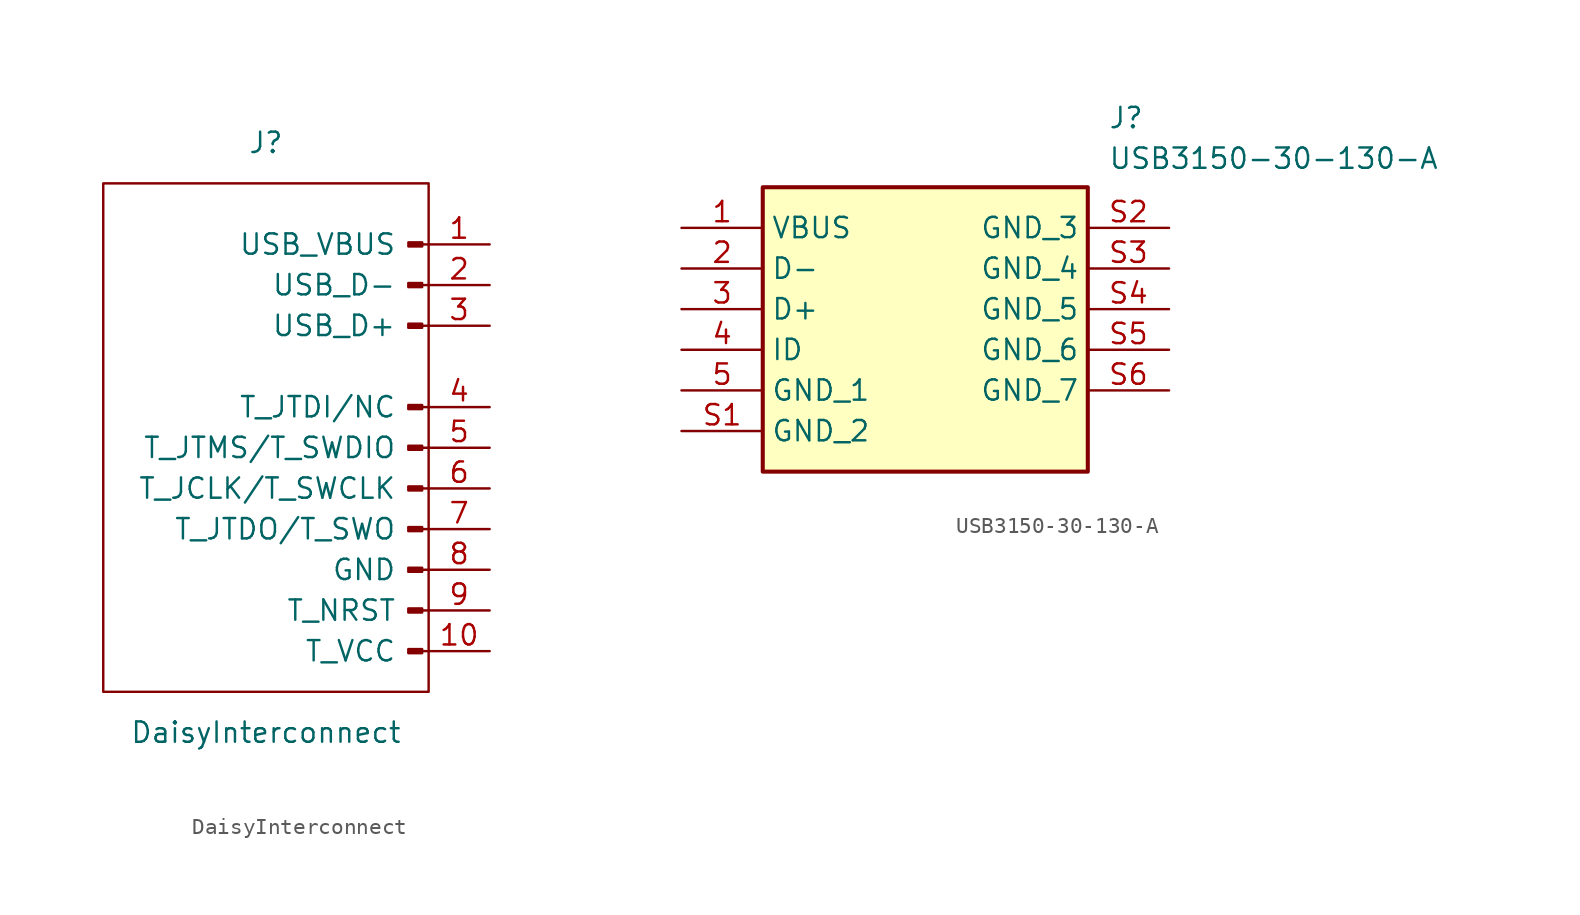
<source format=kicad_sym>
(kicad_symbol_lib
  (version 20220914)
  (generator kicad_symbol_editor)
  (symbol "DaisyInterconnect"
    (pin_names
      (offset 2))
    (property "Reference" "J"
      (at 0 19.05 0)
      (effects (font (size 1.27 1.27))))
    (property "Value" "DaisyInterconnect"
      (at 0 -17.78 0)
      (effects (font (size 1.27 1.27))))
    (symbol "DaisyInterconnect_0_1"
      (rectangle (start -10.16 16.51) (end 10.16 -15.24) (stroke (width 0) (type default)) (fill (type none))))
    (symbol "DaisyInterconnect_1_1"
      (polyline (pts (xy 10.16 -12.7) (xy 9.754 -12.7)) (stroke (width 0.152) (type default)) (fill (type none)))
      (polyline (pts (xy 10.16 -10.16) (xy 9.754 -10.16)) (stroke (width 0.152) (type default)) (fill (type none)))
      (polyline (pts (xy 10.16 -7.62) (xy 9.754 -7.62)) (stroke (width 0.152) (type default)) (fill (type none)))
      (polyline (pts (xy 10.16 -5.08) (xy 9.754 -5.08)) (stroke (width 0.152) (type default)) (fill (type none)))
      (polyline (pts (xy 10.16 -2.54) (xy 9.754 -2.54)) (stroke (width 0.152) (type default)) (fill (type none)))
      (polyline (pts (xy 10.16 0) (xy 9.754 0)) (stroke (width 0.152) (type default)) (fill (type none)))
      (polyline (pts (xy 10.16 2.54) (xy 9.754 2.54)) (stroke (width 0.152) (type default)) (fill (type none)))
      (polyline (pts (xy 10.16 7.62) (xy 9.754 7.62)) (stroke (width 0.152) (type default)) (fill (type none)))
      (polyline (pts (xy 10.16 10.16) (xy 9.754 10.16)) (stroke (width 0.152) (type default)) (fill (type none)))
      (polyline (pts (xy 10.16 12.7) (xy 9.754 12.7)) (stroke (width 0.152) (type default)) (fill (type none)))
      (rectangle (start 8.89 -12.573) (end 9.754 -12.827) (stroke (width 0.152) (type default)) (fill (type outline)))
      (rectangle (start 8.89 10.287) (end 9.754 10.033) (stroke (width 0.152) (type default)) (fill (type outline)))
      (rectangle (start 8.895 12.827) (end 9.759 12.573) (stroke (width 0.152) (type default)) (fill (type outline)))
      (rectangle (start 9.754 -10.033) (end 8.89 -10.287) (stroke (width 0.152) (type default)) (fill (type outline)))
      (rectangle (start 9.754 -7.493) (end 8.89 -7.747) (stroke (width 0.152) (type default)) (fill (type outline)))
      (rectangle (start 9.754 -4.953) (end 8.89 -5.207) (stroke (width 0.152) (type default)) (fill (type outline)))
      (rectangle (start 9.754 -2.413) (end 8.89 -2.667) (stroke (width 0.152) (type default)) (fill (type outline)))
      (rectangle (start 9.754 0.127) (end 8.89 -0.127) (stroke (width 0.152) (type default)) (fill (type outline)))
      (rectangle (start 9.754 2.667) (end 8.89 2.413) (stroke (width 0.152) (type default)) (fill (type outline)))
      (rectangle (start 9.754 7.747) (end 8.89 7.493) (stroke (width 0.152) (type default)) (fill (type outline)))
      (pin power_in line (at 13.97 12.7 180) (length 3.81) (name "USB_VBUS" (effects (font (size 1.27 1.27)))) (number "1" (effects (font (size 1.27 1.27)))))
      (pin power_out line (at 13.97 -12.7 180) (length 3.81) (name "T_VCC" (effects (font (size 1.27 1.27)))) (number "10" (effects (font (size 1.27 1.27)))))
      (pin bidirectional line (at 13.97 10.16 180) (length 3.81) (name "USB_D-" (effects (font (size 1.27 1.27)))) (number "2" (effects (font (size 1.27 1.27)))))
      (pin bidirectional line (at 13.97 7.62 180) (length 3.81) (name "USB_D+" (effects (font (size 1.27 1.27)))) (number "3" (effects (font (size 1.27 1.27)))))
      (pin passive line (at 13.97 2.54 180) (length 3.81) (name "T_JTDI/NC" (effects (font (size 1.27 1.27)))) (number "4" (effects (font (size 1.27 1.27)))))
      (pin passive line (at 13.97 0 180) (length 3.81) (name "T_JTMS/T_SWDIO" (effects (font (size 1.27 1.27)))) (number "5" (effects (font (size 1.27 1.27)))))
      (pin passive line (at 13.97 -2.54 180) (length 3.81) (name "T_JCLK/T_SWCLK" (effects (font (size 1.27 1.27)))) (number "6" (effects (font (size 1.27 1.27)))))
      (pin passive line (at 13.97 -5.08 180) (length 3.81) (name "T_JTDO/T_SWO" (effects (font (size 1.27 1.27)))) (number "7" (effects (font (size 1.27 1.27)))))
      (pin passive line (at 13.97 -7.62 180) (length 3.81) (name "GND" (effects (font (size 1.27 1.27)))) (number "8" (effects (font (size 1.27 1.27)))))
      (pin passive line (at 13.97 -10.16 180) (length 3.81) (name "T_NRST" (effects (font (size 1.27 1.27)))) (number "9" (effects (font (size 1.27 1.27)))))))
  (symbol "USB3150-30-130-A"
    (property "Reference" "J"
      (at 26.67 7.62 0)
      (effects (font (size 1.27 1.27)) (justify left top)))
    (property "Value" "USB3150-30-130-A"
      (at 26.67 5.08 0)
      (effects (font (size 1.27 1.27)) (justify left top)))
    (symbol "USB3150-30-130-A_1_1"
      (rectangle (start 5.08 2.54) (end 25.4 -15.24) (stroke (width 0.254) (type default)) (fill (type background)))
      (pin passive line (at 0 0 0) (length 5.08) (name "VBUS" (effects (font (size 1.27 1.27)))) (number "1" (effects (font (size 1.27 1.27)))))
      (pin passive line (at 0 -2.54 0) (length 5.08) (name "D-" (effects (font (size 1.27 1.27)))) (number "2" (effects (font (size 1.27 1.27)))))
      (pin passive line (at 0 -5.08 0) (length 5.08) (name "D+" (effects (font (size 1.27 1.27)))) (number "3" (effects (font (size 1.27 1.27)))))
      (pin passive line (at 0 -7.62 0) (length 5.08) (name "ID" (effects (font (size 1.27 1.27)))) (number "4" (effects (font (size 1.27 1.27)))))
      (pin passive line (at 0 -10.16 0) (length 5.08) (name "GND_1" (effects (font (size 1.27 1.27)))) (number "5" (effects (font (size 1.27 1.27)))))
      (pin passive line (at 0 -12.7 0) (length 5.08) (name "GND_2" (effects (font (size 1.27 1.27)))) (number "S1" (effects (font (size 1.27 1.27)))))
      (pin passive line (at 30.48 0 180) (length 5.08) (name "GND_3" (effects (font (size 1.27 1.27)))) (number "S2" (effects (font (size 1.27 1.27)))))
      (pin passive line (at 30.48 -2.54 180) (length 5.08) (name "GND_4" (effects (font (size 1.27 1.27)))) (number "S3" (effects (font (size 1.27 1.27)))))
      (pin passive line (at 30.48 -5.08 180) (length 5.08) (name "GND_5" (effects (font (size 1.27 1.27)))) (number "S4" (effects (font (size 1.27 1.27)))))
      (pin passive line (at 30.48 -7.62 180) (length 5.08) (name "GND_6" (effects (font (size 1.27 1.27)))) (number "S5" (effects (font (size 1.27 1.27)))))
      (pin passive line (at 30.48 -10.16 180) (length 5.08) (name "GND_7" (effects (font (size 1.27 1.27)))) (number "S6" (effects (font (size 1.27 1.27))))))))
</source>
